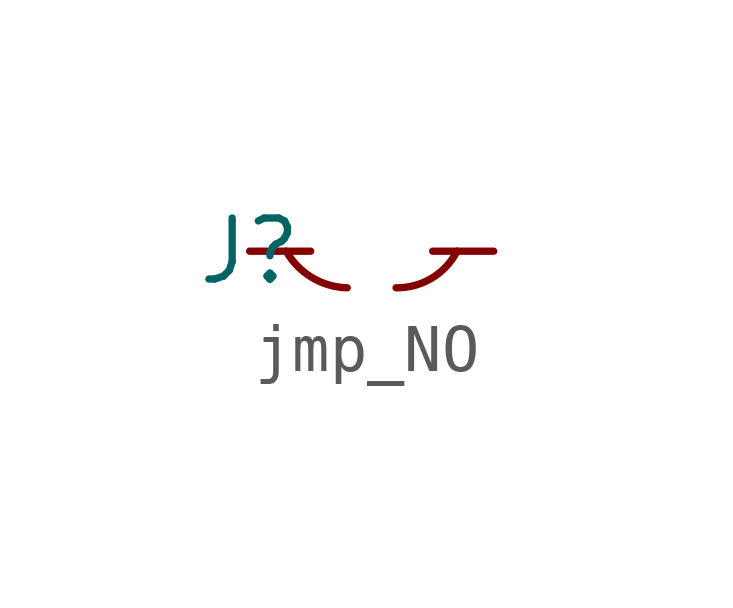
<source format=kicad_sym>
(kicad_symbol_lib
  (version 20231120)
  (generator "kicad_symbol_editor")
  (generator_version "8.0")
  (symbol "jmp_NO"
    (pin_numbers hide)
    (pin_names hide)
    (property "Reference" "J"
      (at 0 0 0)
      (effects (font (size 1.27 1.27))))
    (property "Value" ""
      (at 0 0 0)
      (effects (font (size 1.27 1.27))))
    (symbol "jmp_NO_0_1"
      (arc (start 0.762 0) (mid 1.2966 -0.5483) (end 2.032 -0.762) (stroke (width 0) (type default)) (fill (type none)))
      (arc (start 3.048 -0.762) (mid 3.7913 -0.5616) (end 4.318 0) (stroke (width 0) (type default)) (fill (type none))))
    (symbol "jmp_NO_1_1"
      (pin passive line (at 0 0 0) (length 1.27) (name "1" (effects (font (size 1.27 1.27)))) (number "1" (effects (font (size 1.27 1.27)))))
      (pin passive line (at 5.08 0 180) (length 1.27) (name "2" (effects (font (size 1.27 1.27)))) (number "2" (effects (font (size 1.27 1.27))))))))
</source>
